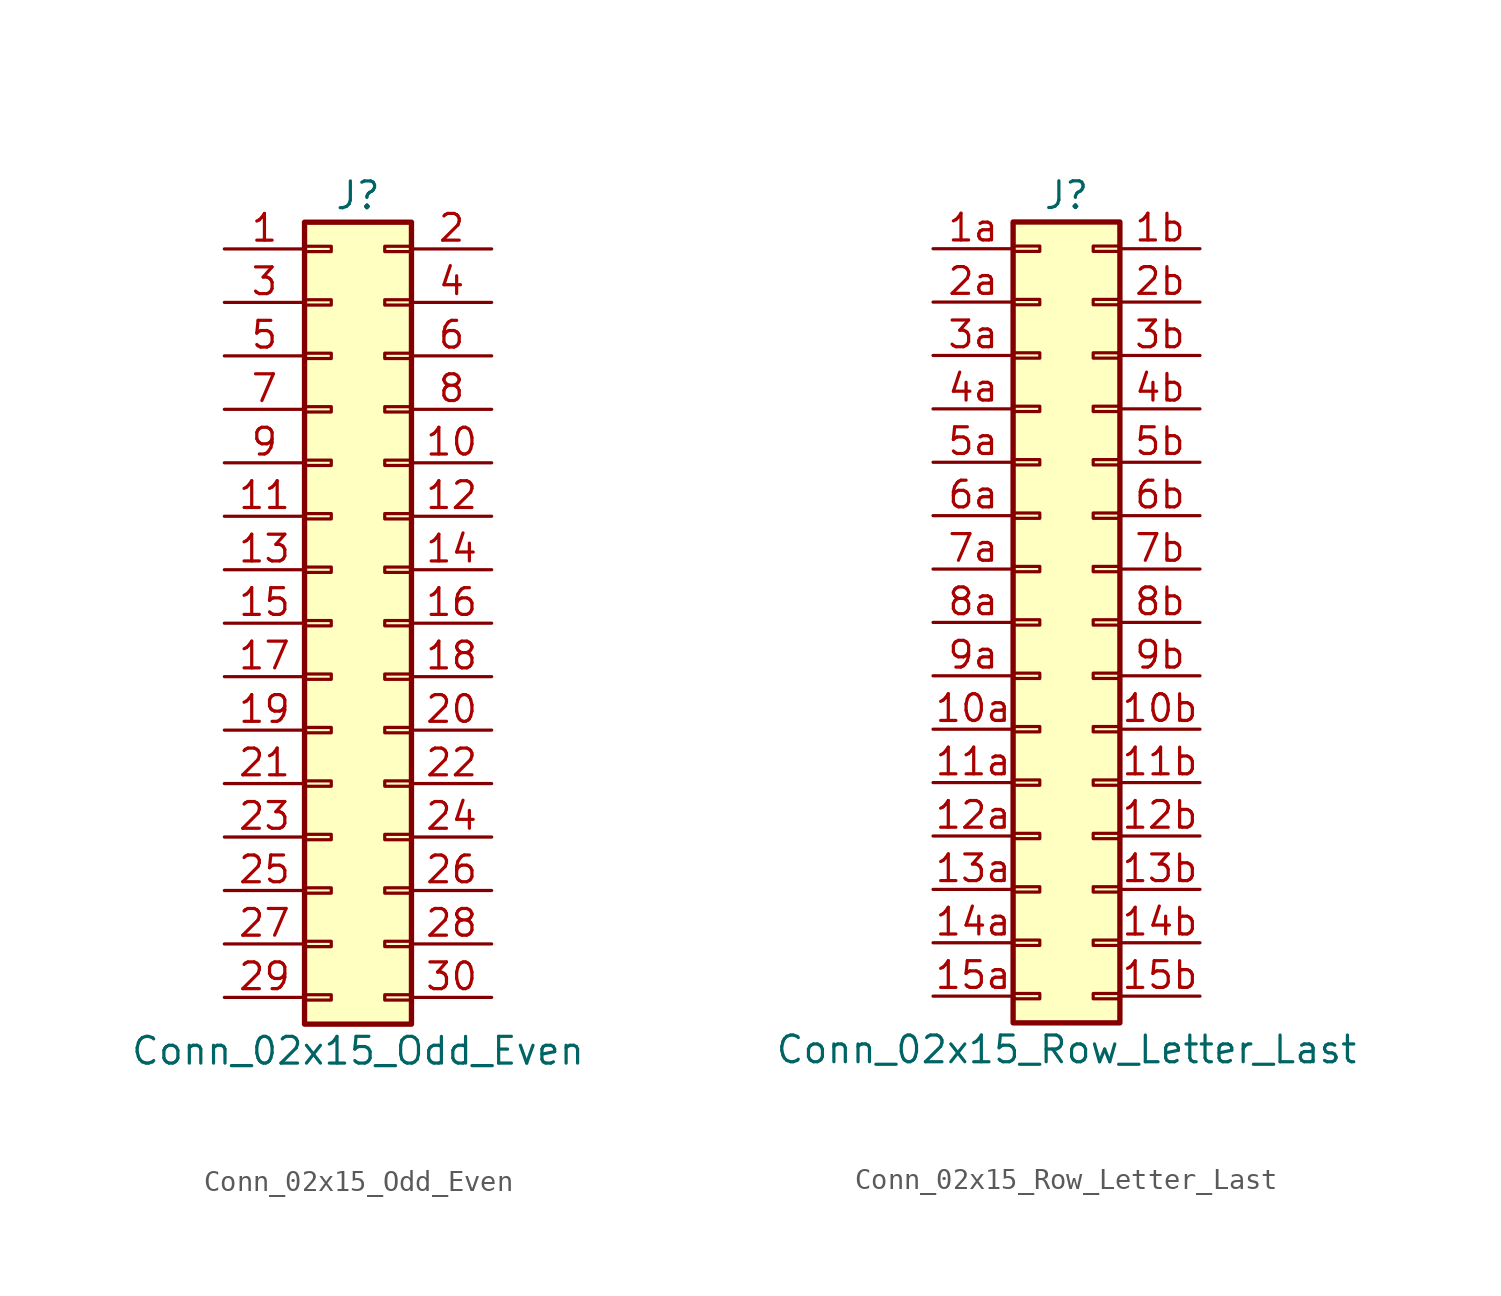
<source format=kicad_sym>
(kicad_symbol_lib
  (version 20220914)
  (generator kicad_symbol_editor)
  (symbol "Conn_02x15_Odd_Even"
    (pin_names
      (offset 1.016) hide)
    (property "Reference" "J"
      (at 1.27 20.32 0)
      (effects (font (size 1.27 1.27))))
    (property "Value" "Conn_02x15_Odd_Even"
      (at 1.27 -20.32 0)
      (effects (font (size 1.27 1.27))))
    (symbol "Conn_02x15_Odd_Even_1_1"
      (rectangle (start -1.27 -17.653) (end 0 -17.907) (stroke (width 0.152) (type default)) (fill (type none)))
      (rectangle (start -1.27 -15.113) (end 0 -15.367) (stroke (width 0.152) (type default)) (fill (type none)))
      (rectangle (start -1.27 -12.573) (end 0 -12.827) (stroke (width 0.152) (type default)) (fill (type none)))
      (rectangle (start -1.27 -10.033) (end 0 -10.287) (stroke (width 0.152) (type default)) (fill (type none)))
      (rectangle (start -1.27 -7.493) (end 0 -7.747) (stroke (width 0.152) (type default)) (fill (type none)))
      (rectangle (start -1.27 -4.953) (end 0 -5.207) (stroke (width 0.152) (type default)) (fill (type none)))
      (rectangle (start -1.27 -2.413) (end 0 -2.667) (stroke (width 0.152) (type default)) (fill (type none)))
      (rectangle (start -1.27 0.127) (end 0 -0.127) (stroke (width 0.152) (type default)) (fill (type none)))
      (rectangle (start -1.27 2.667) (end 0 2.413) (stroke (width 0.152) (type default)) (fill (type none)))
      (rectangle (start -1.27 5.207) (end 0 4.953) (stroke (width 0.152) (type default)) (fill (type none)))
      (rectangle (start -1.27 7.747) (end 0 7.493) (stroke (width 0.152) (type default)) (fill (type none)))
      (rectangle (start -1.27 10.287) (end 0 10.033) (stroke (width 0.152) (type default)) (fill (type none)))
      (rectangle (start -1.27 12.827) (end 0 12.573) (stroke (width 0.152) (type default)) (fill (type none)))
      (rectangle (start -1.27 15.367) (end 0 15.113) (stroke (width 0.152) (type default)) (fill (type none)))
      (rectangle (start -1.27 17.907) (end 0 17.653) (stroke (width 0.152) (type default)) (fill (type none)))
      (rectangle (start -1.27 19.05) (end 3.81 -19.05) (stroke (width 0.254) (type default)) (fill (type background)))
      (rectangle (start 3.81 -17.653) (end 2.54 -17.907) (stroke (width 0.152) (type default)) (fill (type none)))
      (rectangle (start 3.81 -15.113) (end 2.54 -15.367) (stroke (width 0.152) (type default)) (fill (type none)))
      (rectangle (start 3.81 -12.573) (end 2.54 -12.827) (stroke (width 0.152) (type default)) (fill (type none)))
      (rectangle (start 3.81 -10.033) (end 2.54 -10.287) (stroke (width 0.152) (type default)) (fill (type none)))
      (rectangle (start 3.81 -7.493) (end 2.54 -7.747) (stroke (width 0.152) (type default)) (fill (type none)))
      (rectangle (start 3.81 -4.953) (end 2.54 -5.207) (stroke (width 0.152) (type default)) (fill (type none)))
      (rectangle (start 3.81 -2.413) (end 2.54 -2.667) (stroke (width 0.152) (type default)) (fill (type none)))
      (rectangle (start 3.81 0.127) (end 2.54 -0.127) (stroke (width 0.152) (type default)) (fill (type none)))
      (rectangle (start 3.81 2.667) (end 2.54 2.413) (stroke (width 0.152) (type default)) (fill (type none)))
      (rectangle (start 3.81 5.207) (end 2.54 4.953) (stroke (width 0.152) (type default)) (fill (type none)))
      (rectangle (start 3.81 7.747) (end 2.54 7.493) (stroke (width 0.152) (type default)) (fill (type none)))
      (rectangle (start 3.81 10.287) (end 2.54 10.033) (stroke (width 0.152) (type default)) (fill (type none)))
      (rectangle (start 3.81 12.827) (end 2.54 12.573) (stroke (width 0.152) (type default)) (fill (type none)))
      (rectangle (start 3.81 15.367) (end 2.54 15.113) (stroke (width 0.152) (type default)) (fill (type none)))
      (rectangle (start 3.81 17.907) (end 2.54 17.653) (stroke (width 0.152) (type default)) (fill (type none)))
      (pin passive line (at -5.08 17.78 0) (length 3.81) (name "Pin_1" (effects (font (size 1.27 1.27)))) (number "1" (effects (font (size 1.27 1.27)))))
      (pin passive line (at 7.62 7.62 180) (length 3.81) (name "Pin_10" (effects (font (size 1.27 1.27)))) (number "10" (effects (font (size 1.27 1.27)))))
      (pin passive line (at -5.08 5.08 0) (length 3.81) (name "Pin_11" (effects (font (size 1.27 1.27)))) (number "11" (effects (font (size 1.27 1.27)))))
      (pin passive line (at 7.62 5.08 180) (length 3.81) (name "Pin_12" (effects (font (size 1.27 1.27)))) (number "12" (effects (font (size 1.27 1.27)))))
      (pin passive line (at -5.08 2.54 0) (length 3.81) (name "Pin_13" (effects (font (size 1.27 1.27)))) (number "13" (effects (font (size 1.27 1.27)))))
      (pin passive line (at 7.62 2.54 180) (length 3.81) (name "Pin_14" (effects (font (size 1.27 1.27)))) (number "14" (effects (font (size 1.27 1.27)))))
      (pin passive line (at -5.08 0 0) (length 3.81) (name "Pin_15" (effects (font (size 1.27 1.27)))) (number "15" (effects (font (size 1.27 1.27)))))
      (pin passive line (at 7.62 0 180) (length 3.81) (name "Pin_16" (effects (font (size 1.27 1.27)))) (number "16" (effects (font (size 1.27 1.27)))))
      (pin passive line (at -5.08 -2.54 0) (length 3.81) (name "Pin_17" (effects (font (size 1.27 1.27)))) (number "17" (effects (font (size 1.27 1.27)))))
      (pin passive line (at 7.62 -2.54 180) (length 3.81) (name "Pin_18" (effects (font (size 1.27 1.27)))) (number "18" (effects (font (size 1.27 1.27)))))
      (pin passive line (at -5.08 -5.08 0) (length 3.81) (name "Pin_19" (effects (font (size 1.27 1.27)))) (number "19" (effects (font (size 1.27 1.27)))))
      (pin passive line (at 7.62 17.78 180) (length 3.81) (name "Pin_2" (effects (font (size 1.27 1.27)))) (number "2" (effects (font (size 1.27 1.27)))))
      (pin passive line (at 7.62 -5.08 180) (length 3.81) (name "Pin_20" (effects (font (size 1.27 1.27)))) (number "20" (effects (font (size 1.27 1.27)))))
      (pin passive line (at -5.08 -7.62 0) (length 3.81) (name "Pin_21" (effects (font (size 1.27 1.27)))) (number "21" (effects (font (size 1.27 1.27)))))
      (pin passive line (at 7.62 -7.62 180) (length 3.81) (name "Pin_22" (effects (font (size 1.27 1.27)))) (number "22" (effects (font (size 1.27 1.27)))))
      (pin passive line (at -5.08 -10.16 0) (length 3.81) (name "Pin_23" (effects (font (size 1.27 1.27)))) (number "23" (effects (font (size 1.27 1.27)))))
      (pin passive line (at 7.62 -10.16 180) (length 3.81) (name "Pin_24" (effects (font (size 1.27 1.27)))) (number "24" (effects (font (size 1.27 1.27)))))
      (pin passive line (at -5.08 -12.7 0) (length 3.81) (name "Pin_25" (effects (font (size 1.27 1.27)))) (number "25" (effects (font (size 1.27 1.27)))))
      (pin passive line (at 7.62 -12.7 180) (length 3.81) (name "Pin_26" (effects (font (size 1.27 1.27)))) (number "26" (effects (font (size 1.27 1.27)))))
      (pin passive line (at -5.08 -15.24 0) (length 3.81) (name "Pin_27" (effects (font (size 1.27 1.27)))) (number "27" (effects (font (size 1.27 1.27)))))
      (pin passive line (at 7.62 -15.24 180) (length 3.81) (name "Pin_28" (effects (font (size 1.27 1.27)))) (number "28" (effects (font (size 1.27 1.27)))))
      (pin passive line (at -5.08 -17.78 0) (length 3.81) (name "Pin_29" (effects (font (size 1.27 1.27)))) (number "29" (effects (font (size 1.27 1.27)))))
      (pin passive line (at -5.08 15.24 0) (length 3.81) (name "Pin_3" (effects (font (size 1.27 1.27)))) (number "3" (effects (font (size 1.27 1.27)))))
      (pin passive line (at 7.62 -17.78 180) (length 3.81) (name "Pin_30" (effects (font (size 1.27 1.27)))) (number "30" (effects (font (size 1.27 1.27)))))
      (pin passive line (at 7.62 15.24 180) (length 3.81) (name "Pin_4" (effects (font (size 1.27 1.27)))) (number "4" (effects (font (size 1.27 1.27)))))
      (pin passive line (at -5.08 12.7 0) (length 3.81) (name "Pin_5" (effects (font (size 1.27 1.27)))) (number "5" (effects (font (size 1.27 1.27)))))
      (pin passive line (at 7.62 12.7 180) (length 3.81) (name "Pin_6" (effects (font (size 1.27 1.27)))) (number "6" (effects (font (size 1.27 1.27)))))
      (pin passive line (at -5.08 10.16 0) (length 3.81) (name "Pin_7" (effects (font (size 1.27 1.27)))) (number "7" (effects (font (size 1.27 1.27)))))
      (pin passive line (at 7.62 10.16 180) (length 3.81) (name "Pin_8" (effects (font (size 1.27 1.27)))) (number "8" (effects (font (size 1.27 1.27)))))
      (pin passive line (at -5.08 7.62 0) (length 3.81) (name "Pin_9" (effects (font (size 1.27 1.27)))) (number "9" (effects (font (size 1.27 1.27)))))))
  (symbol "Conn_02x15_Row_Letter_Last"
    (pin_names
      (offset 1.016) hide)
    (property "Reference" "J"
      (at 1.27 20.32 0)
      (effects (font (size 1.27 1.27))))
    (property "Value" "Conn_02x15_Row_Letter_Last"
      (at 1.27 -20.32 0)
      (effects (font (size 1.27 1.27))))
    (symbol "Conn_02x15_Row_Letter_Last_1_1"
      (rectangle (start -1.27 -17.653) (end 0 -17.907) (stroke (width 0.152) (type default)) (fill (type none)))
      (rectangle (start -1.27 -15.113) (end 0 -15.367) (stroke (width 0.152) (type default)) (fill (type none)))
      (rectangle (start -1.27 -12.573) (end 0 -12.827) (stroke (width 0.152) (type default)) (fill (type none)))
      (rectangle (start -1.27 -10.033) (end 0 -10.287) (stroke (width 0.152) (type default)) (fill (type none)))
      (rectangle (start -1.27 -7.493) (end 0 -7.747) (stroke (width 0.152) (type default)) (fill (type none)))
      (rectangle (start -1.27 -4.953) (end 0 -5.207) (stroke (width 0.152) (type default)) (fill (type none)))
      (rectangle (start -1.27 -2.413) (end 0 -2.667) (stroke (width 0.152) (type default)) (fill (type none)))
      (rectangle (start -1.27 0.127) (end 0 -0.127) (stroke (width 0.152) (type default)) (fill (type none)))
      (rectangle (start -1.27 2.667) (end 0 2.413) (stroke (width 0.152) (type default)) (fill (type none)))
      (rectangle (start -1.27 5.207) (end 0 4.953) (stroke (width 0.152) (type default)) (fill (type none)))
      (rectangle (start -1.27 7.747) (end 0 7.493) (stroke (width 0.152) (type default)) (fill (type none)))
      (rectangle (start -1.27 10.287) (end 0 10.033) (stroke (width 0.152) (type default)) (fill (type none)))
      (rectangle (start -1.27 12.827) (end 0 12.573) (stroke (width 0.152) (type default)) (fill (type none)))
      (rectangle (start -1.27 15.367) (end 0 15.113) (stroke (width 0.152) (type default)) (fill (type none)))
      (rectangle (start -1.27 17.907) (end 0 17.653) (stroke (width 0.152) (type default)) (fill (type none)))
      (rectangle (start -1.27 19.05) (end 3.81 -19.05) (stroke (width 0.254) (type default)) (fill (type background)))
      (rectangle (start 3.81 -17.653) (end 2.54 -17.907) (stroke (width 0.152) (type default)) (fill (type none)))
      (rectangle (start 3.81 -15.113) (end 2.54 -15.367) (stroke (width 0.152) (type default)) (fill (type none)))
      (rectangle (start 3.81 -12.573) (end 2.54 -12.827) (stroke (width 0.152) (type default)) (fill (type none)))
      (rectangle (start 3.81 -10.033) (end 2.54 -10.287) (stroke (width 0.152) (type default)) (fill (type none)))
      (rectangle (start 3.81 -7.493) (end 2.54 -7.747) (stroke (width 0.152) (type default)) (fill (type none)))
      (rectangle (start 3.81 -4.953) (end 2.54 -5.207) (stroke (width 0.152) (type default)) (fill (type none)))
      (rectangle (start 3.81 -2.413) (end 2.54 -2.667) (stroke (width 0.152) (type default)) (fill (type none)))
      (rectangle (start 3.81 0.127) (end 2.54 -0.127) (stroke (width 0.152) (type default)) (fill (type none)))
      (rectangle (start 3.81 2.667) (end 2.54 2.413) (stroke (width 0.152) (type default)) (fill (type none)))
      (rectangle (start 3.81 5.207) (end 2.54 4.953) (stroke (width 0.152) (type default)) (fill (type none)))
      (rectangle (start 3.81 7.747) (end 2.54 7.493) (stroke (width 0.152) (type default)) (fill (type none)))
      (rectangle (start 3.81 10.287) (end 2.54 10.033) (stroke (width 0.152) (type default)) (fill (type none)))
      (rectangle (start 3.81 12.827) (end 2.54 12.573) (stroke (width 0.152) (type default)) (fill (type none)))
      (rectangle (start 3.81 15.367) (end 2.54 15.113) (stroke (width 0.152) (type default)) (fill (type none)))
      (rectangle (start 3.81 17.907) (end 2.54 17.653) (stroke (width 0.152) (type default)) (fill (type none)))
      (pin passive line (at -5.08 -5.08 0) (length 3.81) (name "Pin_10a" (effects (font (size 1.27 1.27)))) (number "10a" (effects (font (size 1.27 1.27)))))
      (pin passive line (at 7.62 -5.08 180) (length 3.81) (name "Pin_10b" (effects (font (size 1.27 1.27)))) (number "10b" (effects (font (size 1.27 1.27)))))
      (pin passive line (at -5.08 -7.62 0) (length 3.81) (name "Pin_11a" (effects (font (size 1.27 1.27)))) (number "11a" (effects (font (size 1.27 1.27)))))
      (pin passive line (at 7.62 -7.62 180) (length 3.81) (name "Pin_11b" (effects (font (size 1.27 1.27)))) (number "11b" (effects (font (size 1.27 1.27)))))
      (pin passive line (at -5.08 -10.16 0) (length 3.81) (name "Pin_12a" (effects (font (size 1.27 1.27)))) (number "12a" (effects (font (size 1.27 1.27)))))
      (pin passive line (at 7.62 -10.16 180) (length 3.81) (name "Pin_12b" (effects (font (size 1.27 1.27)))) (number "12b" (effects (font (size 1.27 1.27)))))
      (pin passive line (at -5.08 -12.7 0) (length 3.81) (name "Pin_13a" (effects (font (size 1.27 1.27)))) (number "13a" (effects (font (size 1.27 1.27)))))
      (pin passive line (at 7.62 -12.7 180) (length 3.81) (name "Pin_13b" (effects (font (size 1.27 1.27)))) (number "13b" (effects (font (size 1.27 1.27)))))
      (pin passive line (at -5.08 -15.24 0) (length 3.81) (name "Pin_14a" (effects (font (size 1.27 1.27)))) (number "14a" (effects (font (size 1.27 1.27)))))
      (pin passive line (at 7.62 -15.24 180) (length 3.81) (name "Pin_14b" (effects (font (size 1.27 1.27)))) (number "14b" (effects (font (size 1.27 1.27)))))
      (pin passive line (at -5.08 -17.78 0) (length 3.81) (name "Pin_15a" (effects (font (size 1.27 1.27)))) (number "15a" (effects (font (size 1.27 1.27)))))
      (pin passive line (at 7.62 -17.78 180) (length 3.81) (name "Pin_15b" (effects (font (size 1.27 1.27)))) (number "15b" (effects (font (size 1.27 1.27)))))
      (pin passive line (at -5.08 17.78 0) (length 3.81) (name "Pin_1a" (effects (font (size 1.27 1.27)))) (number "1a" (effects (font (size 1.27 1.27)))))
      (pin passive line (at 7.62 17.78 180) (length 3.81) (name "Pin_1b" (effects (font (size 1.27 1.27)))) (number "1b" (effects (font (size 1.27 1.27)))))
      (pin passive line (at -5.08 15.24 0) (length 3.81) (name "Pin_2a" (effects (font (size 1.27 1.27)))) (number "2a" (effects (font (size 1.27 1.27)))))
      (pin passive line (at 7.62 15.24 180) (length 3.81) (name "Pin_2b" (effects (font (size 1.27 1.27)))) (number "2b" (effects (font (size 1.27 1.27)))))
      (pin passive line (at -5.08 12.7 0) (length 3.81) (name "Pin_3a" (effects (font (size 1.27 1.27)))) (number "3a" (effects (font (size 1.27 1.27)))))
      (pin passive line (at 7.62 12.7 180) (length 3.81) (name "Pin_3b" (effects (font (size 1.27 1.27)))) (number "3b" (effects (font (size 1.27 1.27)))))
      (pin passive line (at -5.08 10.16 0) (length 3.81) (name "Pin_4a" (effects (font (size 1.27 1.27)))) (number "4a" (effects (font (size 1.27 1.27)))))
      (pin passive line (at 7.62 10.16 180) (length 3.81) (name "Pin_4b" (effects (font (size 1.27 1.27)))) (number "4b" (effects (font (size 1.27 1.27)))))
      (pin passive line (at -5.08 7.62 0) (length 3.81) (name "Pin_5a" (effects (font (size 1.27 1.27)))) (number "5a" (effects (font (size 1.27 1.27)))))
      (pin passive line (at 7.62 7.62 180) (length 3.81) (name "Pin_5b" (effects (font (size 1.27 1.27)))) (number "5b" (effects (font (size 1.27 1.27)))))
      (pin passive line (at -5.08 5.08 0) (length 3.81) (name "Pin_6a" (effects (font (size 1.27 1.27)))) (number "6a" (effects (font (size 1.27 1.27)))))
      (pin passive line (at 7.62 5.08 180) (length 3.81) (name "Pin_6b" (effects (font (size 1.27 1.27)))) (number "6b" (effects (font (size 1.27 1.27)))))
      (pin passive line (at -5.08 2.54 0) (length 3.81) (name "Pin_7a" (effects (font (size 1.27 1.27)))) (number "7a" (effects (font (size 1.27 1.27)))))
      (pin passive line (at 7.62 2.54 180) (length 3.81) (name "Pin_7b" (effects (font (size 1.27 1.27)))) (number "7b" (effects (font (size 1.27 1.27)))))
      (pin passive line (at -5.08 0 0) (length 3.81) (name "Pin_8a" (effects (font (size 1.27 1.27)))) (number "8a" (effects (font (size 1.27 1.27)))))
      (pin passive line (at 7.62 0 180) (length 3.81) (name "Pin_8b" (effects (font (size 1.27 1.27)))) (number "8b" (effects (font (size 1.27 1.27)))))
      (pin passive line (at -5.08 -2.54 0) (length 3.81) (name "Pin_9a" (effects (font (size 1.27 1.27)))) (number "9a" (effects (font (size 1.27 1.27)))))
      (pin passive line (at 7.62 -2.54 180) (length 3.81) (name "Pin_9b" (effects (font (size 1.27 1.27)))) (number "9b" (effects (font (size 1.27 1.27))))))))
</source>
